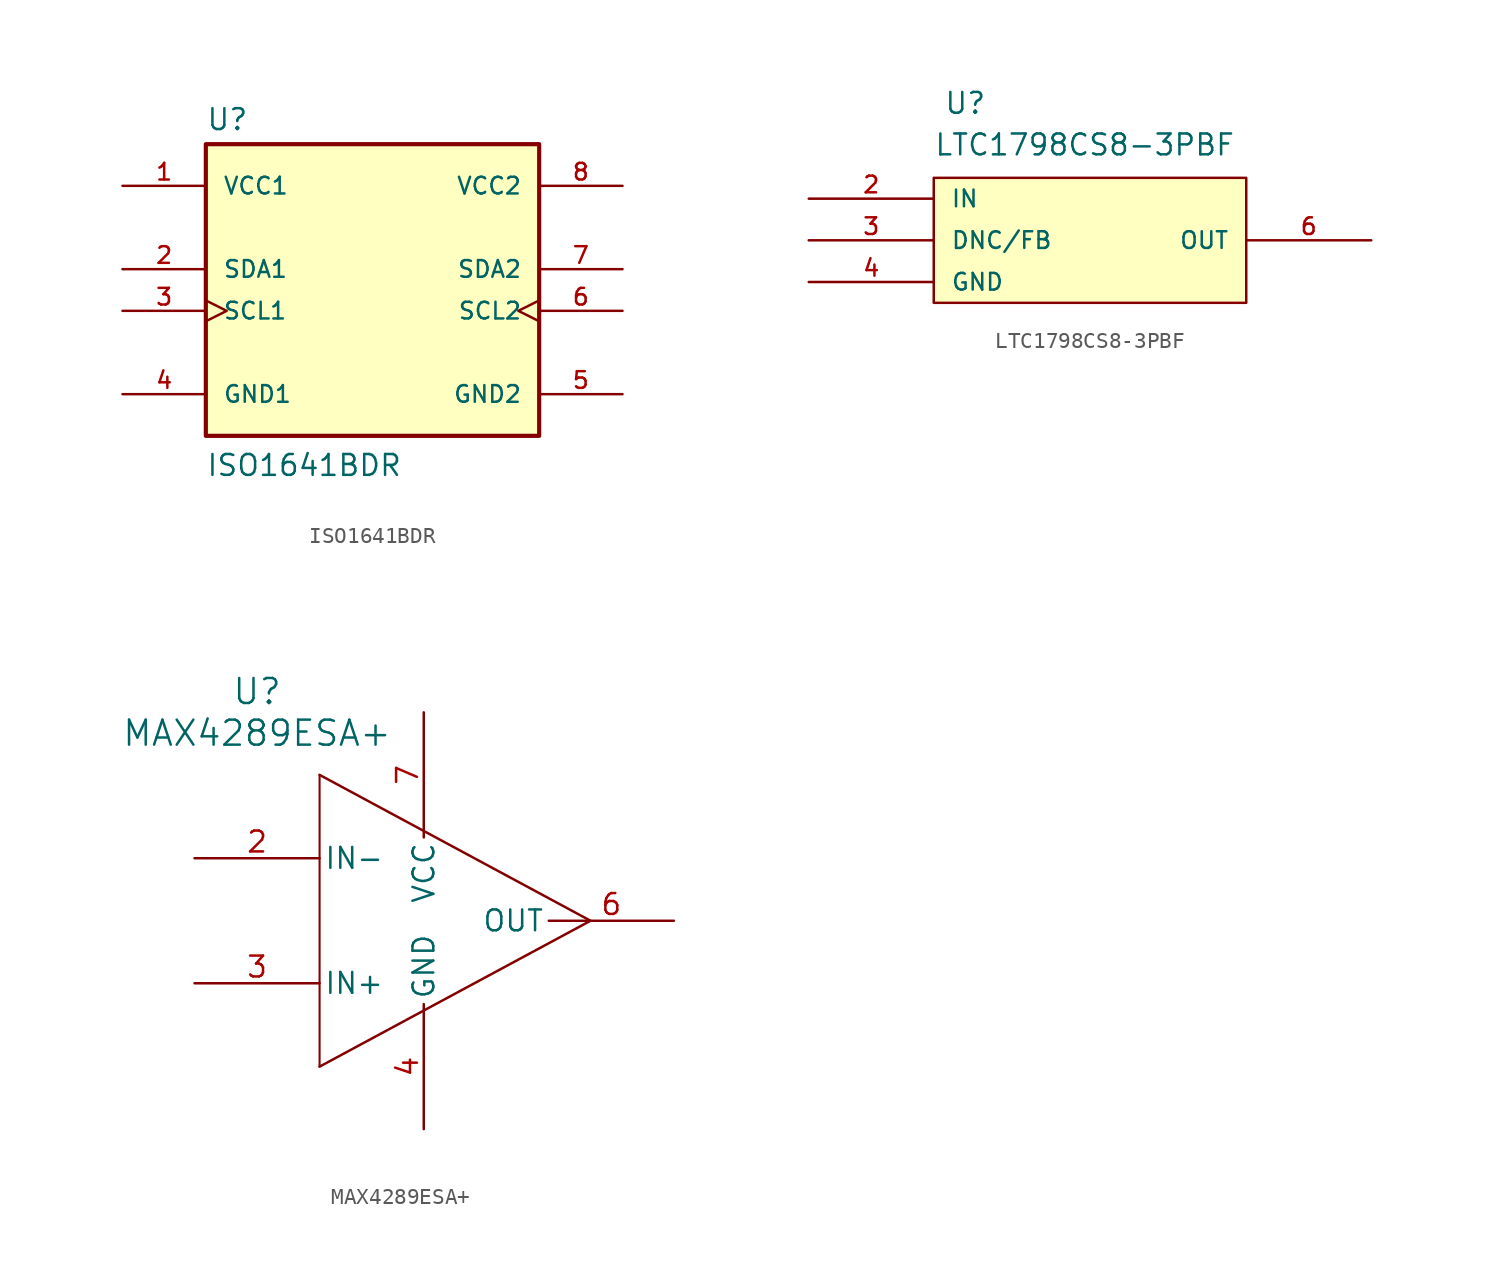
<source format=kicad_sym>
(kicad_symbol_lib
  (version 20220914)
  (generator kicad_symbol_editor)
  (symbol "ISO1641BDR"
    (pin_names
      (offset 1.016))
    (property "Reference" "U"
      (at -10.16 10.922 0)
      (effects (font (size 1.27 1.27)) (justify left bottom)))
    (property "Value" "ISO1641BDR"
      (at -10.16 -10.16 0)
      (effects (font (size 1.27 1.27)) (justify left bottom)))
    (symbol "ISO1641BDR_0_0"
      (rectangle (start -10.16 10.16) (end 10.16 -7.62) (stroke (width 0.254) (type default)) (fill (type background)))
      (pin power_in line (at -15.24 7.62 0) (length 5.08) (name "VCC1" (effects (font (size 1.016 1.016)))) (number "1" (effects (font (size 1.016 1.016)))))
      (pin bidirectional line (at -15.24 2.54 0) (length 5.08) (name "SDA1" (effects (font (size 1.016 1.016)))) (number "2" (effects (font (size 1.016 1.016)))))
      (pin input clock (at -15.24 0 0) (length 5.08) (name "SCL1" (effects (font (size 1.016 1.016)))) (number "3" (effects (font (size 1.016 1.016)))))
      (pin power_in line (at -15.24 -5.08 0) (length 5.08) (name "GND1" (effects (font (size 1.016 1.016)))) (number "4" (effects (font (size 1.016 1.016)))))
      (pin power_in line (at 15.24 -5.08 180) (length 5.08) (name "GND2" (effects (font (size 1.016 1.016)))) (number "5" (effects (font (size 1.016 1.016)))))
      (pin output clock (at 15.24 0 180) (length 5.08) (name "SCL2" (effects (font (size 1.016 1.016)))) (number "6" (effects (font (size 1.016 1.016)))))
      (pin bidirectional line (at 15.24 2.54 180) (length 5.08) (name "SDA2" (effects (font (size 1.016 1.016)))) (number "7" (effects (font (size 1.016 1.016)))))
      (pin power_in line (at 15.24 7.62 180) (length 5.08) (name "VCC2" (effects (font (size 1.016 1.016)))) (number "8" (effects (font (size 1.016 1.016)))))))
  (symbol "LTC1798CS8-3PBF"
    (pin_names
      (offset 1.016))
    (property "Reference" "U"
      (at -8.28 7.614 0)
      (effects (font (size 1.27 1.27)) (justify left bottom)))
    (property "Value" "LTC1798CS8-3PBF"
      (at -8.89 5.08 0)
      (effects (font (size 1.27 1.27)) (justify left bottom)))
    (symbol "LTC1798CS8-3PBF_0_0"
      (rectangle (start -8.89 3.81) (end 10.16 -3.81) (stroke (width 0.152) (type default)) (fill (type background)))
      (pin input line (at -16.51 2.54 0) (length 7.62) (name "IN" (effects (font (size 1.016 1.016)))) (number "2" (effects (font (size 1.016 1.016)))))
      (pin bidirectional line (at -16.51 0 0) (length 7.62) (name "DNC/FB" (effects (font (size 1.016 1.016)))) (number "3" (effects (font (size 1.016 1.016)))))
      (pin power_in line (at -16.51 -2.54 0) (length 7.62) (name "GND" (effects (font (size 1.016 1.016)))) (number "4" (effects (font (size 1.016 1.016)))))
      (pin output line (at 17.78 0 180) (length 7.62) (name "OUT" (effects (font (size 1.016 1.016)))) (number "6" (effects (font (size 1.016 1.016)))))))
  (symbol "MAX4289ESA+"
    (pin_names
      (offset 0.254))
    (property "Reference" "U"
      (at -10.16 13.97 0)
      (effects (font (size 1.524 1.524))))
    (property "Value" "MAX4289ESA+"
      (at -10.16 11.43 0)
      (effects (font (size 1.524 1.524))))
    (property "ki_locked" ""
      (at 0 0 0)
      (effects (font (size 1.27 1.27))))
    (symbol "MAX4289ESA+_0_1"
      (polyline (pts (xy -6.35 8.89) (xy -6.35 -8.89)) (stroke (width 0.127) (type default)) (fill (type none)))
      (pin input line (at -13.97 3.81 0) (length 7.62) (name "IN-" (effects (font (size 1.27 1.27)))) (number "2" (effects (font (size 1.27 1.27)))))
      (pin input line (at -13.97 -3.81 0) (length 7.62) (name "IN+" (effects (font (size 1.27 1.27)))) (number "3" (effects (font (size 1.27 1.27)))))
      (pin power_in line (at 0 -12.7 90) (length 7.62) (name "GND" (effects (font (size 1.27 1.27)))) (number "4" (effects (font (size 1.27 1.27)))))
      (pin output line (at 15.24 0 180) (length 7.62) (name "OUT" (effects (font (size 1.27 1.27)))) (number "6" (effects (font (size 1.27 1.27)))))
      (pin power_in line (at 0 12.7 270) (length 7.62) (name "VCC" (effects (font (size 1.27 1.27)))) (number "7" (effects (font (size 1.27 1.27))))))
    (symbol "MAX4289ESA+_1_1"
      (polyline (pts (xy -6.35 -8.89) (xy 10.16 0) (xy -6.35 8.89)) (stroke (width 0) (type default)) (fill (type none))))))
</source>
